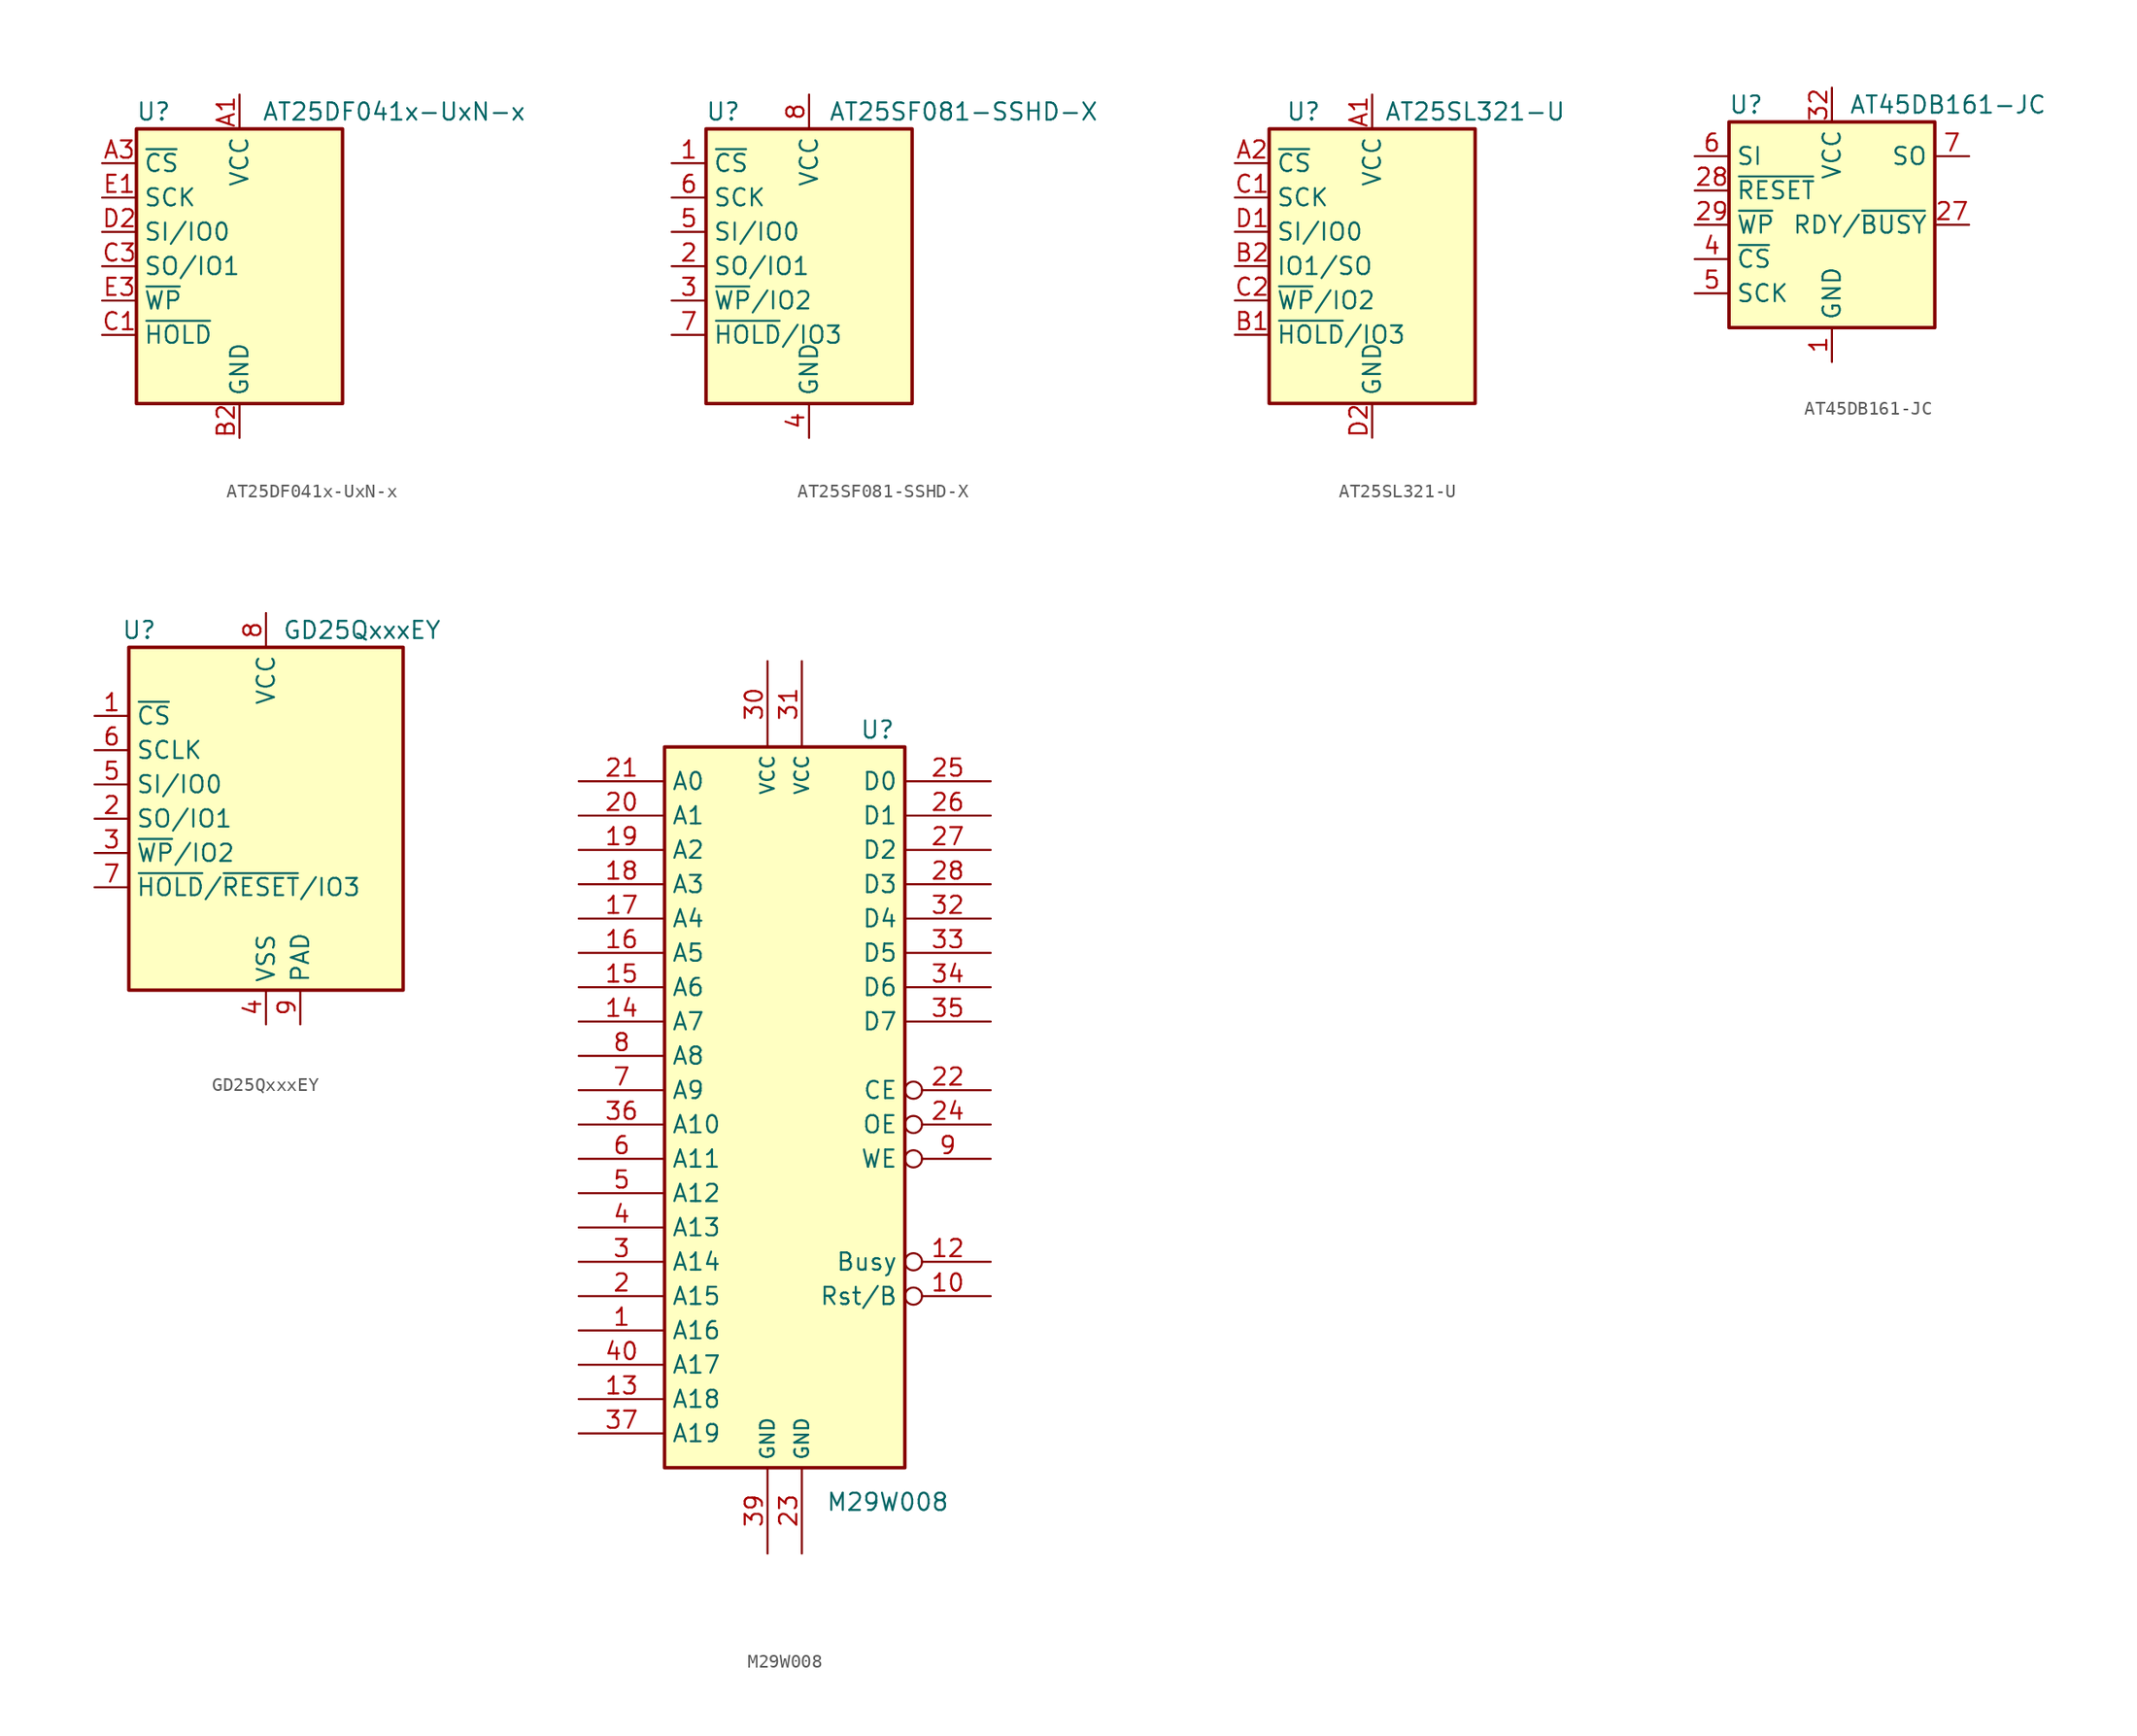
<source format=kicad_sym>
(kicad_symbol_lib
  (version 20241209)
  (generator "kicad_symbol_editor")
  (generator_version "9.0")
  (symbol "AT25DF041x-UxN-x"
    (property "Reference" "U"
      (at -6.35 11.43 0)
      (effects (font (size 1.27 1.27))))
    (property "Value" "AT25DF041x-UxN-x"
      (at 11.43 11.43 0)
      (effects (font (size 1.27 1.27))))
    (symbol "AT25DF041x-UxN-x_0_1"
      (rectangle (start -7.62 10.16) (end 7.62 -10.16) (stroke (width 0.254) (type default)) (fill (type background))))
    (symbol "AT25DF041x-UxN-x_1_1"
      (pin input line (at -10.16 7.62 0) (length 2.54) (name "~{CS}" (effects (font (size 1.27 1.27)))) (number "A3" (effects (font (size 1.27 1.27)))))
      (pin input line (at -10.16 5.08 0) (length 2.54) (name "SCK" (effects (font (size 1.27 1.27)))) (number "E1" (effects (font (size 1.27 1.27)))))
      (pin bidirectional line (at -10.16 2.54 0) (length 2.54) (name "SI/IO0" (effects (font (size 1.27 1.27)))) (number "D2" (effects (font (size 1.27 1.27)))))
      (pin bidirectional line (at -10.16 0 0) (length 2.54) (name "SO/IO1" (effects (font (size 1.27 1.27)))) (number "C3" (effects (font (size 1.27 1.27)))))
      (pin bidirectional line (at -10.16 -2.54 0) (length 2.54) (name "~{WP}" (effects (font (size 1.27 1.27)))) (number "E3" (effects (font (size 1.27 1.27)))))
      (pin bidirectional line (at -10.16 -5.08 0) (length 2.54) (name "~{HOLD}" (effects (font (size 1.27 1.27)))) (number "C1" (effects (font (size 1.27 1.27)))))
      (pin power_in line (at 0 12.7 270) (length 2.54) (name "VCC" (effects (font (size 1.27 1.27)))) (number "A1" (effects (font (size 1.27 1.27)))))
      (pin power_in line (at 0 -12.7 90) (length 2.54) (name "GND" (effects (font (size 1.27 1.27)))) (number "B2" (effects (font (size 1.27 1.27)))))))
  (symbol "AT25SF081-SSHD-X"
    (property "Reference" "U"
      (at -6.35 11.43 0)
      (effects (font (size 1.27 1.27))))
    (property "Value" "AT25SF081-SSHD-X"
      (at 11.43 11.43 0)
      (effects (font (size 1.27 1.27))))
    (symbol "AT25SF081-SSHD-X_0_1"
      (rectangle (start -7.62 10.16) (end 7.62 -10.16) (stroke (width 0.254) (type default)) (fill (type background))))
    (symbol "AT25SF081-SSHD-X_1_1"
      (pin input line (at -10.16 7.62 0) (length 2.54) (name "~{CS}" (effects (font (size 1.27 1.27)))) (number "1" (effects (font (size 1.27 1.27)))))
      (pin input line (at -10.16 5.08 0) (length 2.54) (name "SCK" (effects (font (size 1.27 1.27)))) (number "6" (effects (font (size 1.27 1.27)))))
      (pin bidirectional line (at -10.16 2.54 0) (length 2.54) (name "SI/IO0" (effects (font (size 1.27 1.27)))) (number "5" (effects (font (size 1.27 1.27)))))
      (pin bidirectional line (at -10.16 0 0) (length 2.54) (name "SO/IO1" (effects (font (size 1.27 1.27)))) (number "2" (effects (font (size 1.27 1.27)))))
      (pin bidirectional line (at -10.16 -2.54 0) (length 2.54) (name "~{WP}/IO2" (effects (font (size 1.27 1.27)))) (number "3" (effects (font (size 1.27 1.27)))))
      (pin bidirectional line (at -10.16 -5.08 0) (length 2.54) (name "~{HOLD}/IO3" (effects (font (size 1.27 1.27)))) (number "7" (effects (font (size 1.27 1.27)))))
      (pin power_in line (at 0 12.7 270) (length 2.54) (name "VCC" (effects (font (size 1.27 1.27)))) (number "8" (effects (font (size 1.27 1.27)))))
      (pin power_in line (at 0 -12.7 90) (length 2.54) (name "GND" (effects (font (size 1.27 1.27)))) (number "4" (effects (font (size 1.27 1.27)))))))
  (symbol "AT25SL321-U"
    (property "Reference" "U"
      (at -5.08 11.43 0)
      (effects (font (size 1.27 1.27))))
    (property "Value" "AT25SL321-U"
      (at 7.62 11.43 0)
      (effects (font (size 1.27 1.27))))
    (symbol "AT25SL321-U_0_1"
      (rectangle (start -7.62 10.16) (end 7.62 -10.16) (stroke (width 0.254) (type default)) (fill (type background))))
    (symbol "AT25SL321-U_1_1"
      (pin input line (at -10.16 7.62 0) (length 2.54) (name "~{CS}" (effects (font (size 1.27 1.27)))) (number "A2" (effects (font (size 1.27 1.27)))))
      (pin input line (at -10.16 5.08 0) (length 2.54) (name "SCK" (effects (font (size 1.27 1.27)))) (number "C1" (effects (font (size 1.27 1.27)))))
      (pin bidirectional line (at -10.16 2.54 0) (length 2.54) (name "SI/IO0" (effects (font (size 1.27 1.27)))) (number "D1" (effects (font (size 1.27 1.27)))))
      (pin bidirectional line (at -10.16 0 0) (length 2.54) (name "IO1/SO" (effects (font (size 1.27 1.27)))) (number "B2" (effects (font (size 1.27 1.27)))))
      (pin bidirectional line (at -10.16 -2.54 0) (length 2.54) (name "~{WP}/IO2" (effects (font (size 1.27 1.27)))) (number "C2" (effects (font (size 1.27 1.27)))))
      (pin bidirectional line (at -10.16 -5.08 0) (length 2.54) (name "~{HOLD}/IO3" (effects (font (size 1.27 1.27)))) (number "B1" (effects (font (size 1.27 1.27)))))
      (pin power_in line (at 0 12.7 270) (length 2.54) (name "VCC" (effects (font (size 1.27 1.27)))) (number "A1" (effects (font (size 1.27 1.27)))))
      (pin power_in line (at 0 -12.7 90) (length 2.54) (name "GND" (effects (font (size 1.27 1.27)))) (number "D2" (effects (font (size 1.27 1.27)))))))
  (symbol "AT45DB161-JC"
    (property "Reference" "U"
      (at -6.35 8.89 0)
      (effects (font (size 1.27 1.27))))
    (property "Value" "AT45DB161-JC"
      (at 1.27 8.89 0)
      (effects (font (size 1.27 1.27)) (justify left)))
    (symbol "AT45DB161-JC_0_1"
      (rectangle (start -7.62 7.62) (end 7.62 -7.62) (stroke (width 0.254) (type default)) (fill (type background))))
    (symbol "AT45DB161-JC_1_1"
      (pin input line (at -10.16 5.08 0) (length 2.54) (name "SI" (effects (font (size 1.27 1.27)))) (number "6" (effects (font (size 1.27 1.27)))))
      (pin input line (at -10.16 2.54 0) (length 2.54) (name "~{RESET}" (effects (font (size 1.27 1.27)))) (number "28" (effects (font (size 1.27 1.27)))))
      (pin input line (at -10.16 0 0) (length 2.54) (name "~{WP}" (effects (font (size 1.27 1.27)))) (number "29" (effects (font (size 1.27 1.27)))))
      (pin input line (at -10.16 -2.54 0) (length 2.54) (name "~{CS}" (effects (font (size 1.27 1.27)))) (number "4" (effects (font (size 1.27 1.27)))))
      (pin input line (at -10.16 -5.08 0) (length 2.54) (name "SCK" (effects (font (size 1.27 1.27)))) (number "5" (effects (font (size 1.27 1.27)))))
      (pin power_in line (at 0 10.16 270) (length 2.54) (name "VCC" (effects (font (size 1.27 1.27)))) (number "32" (effects (font (size 1.27 1.27)))))
      (pin power_in line (at 0 -10.16 90) (length 2.54) (name "GND" (effects (font (size 1.27 1.27)))) (number "1" (effects (font (size 1.27 1.27)))))
      (pin output line (at 10.16 5.08 180) (length 2.54) (name "SO" (effects (font (size 1.27 1.27)))) (number "7" (effects (font (size 1.27 1.27)))))
      (pin output line (at 10.16 0 180) (length 2.54) (name "RDY/~{BUSY}" (effects (font (size 1.27 1.27)))) (number "27" (effects (font (size 1.27 1.27)))))))
  (symbol "GD25QxxxEY"
    (property "Reference" "U"
      (at -9.398 13.97 0)
      (effects (font (size 1.27 1.27))))
    (property "Value" "GD25QxxxEY"
      (at 7.112 13.97 0)
      (effects (font (size 1.27 1.27))))
    (symbol "GD25QxxxEY_0_1"
      (rectangle (start -10.16 12.7) (end 10.16 -12.7) (stroke (width 0.254) (type default)) (fill (type background))))
    (symbol "GD25QxxxEY_1_1"
      (pin input line (at -12.7 7.62 0) (length 2.54) (name "~{CS}" (effects (font (size 1.27 1.27)))) (number "1" (effects (font (size 1.27 1.27)))))
      (pin input line (at -12.7 5.08 0) (length 2.54) (name "SCLK" (effects (font (size 1.27 1.27)))) (number "6" (effects (font (size 1.27 1.27)))))
      (pin bidirectional line (at -12.7 2.54 0) (length 2.54) (name "SI/IO0" (effects (font (size 1.27 1.27)))) (number "5" (effects (font (size 1.27 1.27)))))
      (pin bidirectional line (at -12.7 0 0) (length 2.54) (name "SO/IO1" (effects (font (size 1.27 1.27)))) (number "2" (effects (font (size 1.27 1.27)))))
      (pin bidirectional line (at -12.7 -2.54 0) (length 2.54) (name "~{WP}/IO2" (effects (font (size 1.27 1.27)))) (number "3" (effects (font (size 1.27 1.27)))))
      (pin bidirectional line (at -12.7 -5.08 0) (length 2.54) (name "~{HOLD}/~{RESET}/IO3" (effects (font (size 1.27 1.27)))) (number "7" (effects (font (size 1.27 1.27)))))
      (pin power_in line (at 0 15.24 270) (length 2.54) (name "VCC" (effects (font (size 1.27 1.27)))) (number "8" (effects (font (size 1.27 1.27)))))
      (pin power_in line (at 0 -15.24 90) (length 2.54) (name "VSS" (effects (font (size 1.27 1.27)))) (number "4" (effects (font (size 1.27 1.27)))))
      (pin passive line (at 2.54 -15.24 90) (length 2.54) (name "PAD" (effects (font (size 1.27 1.27)))) (number "9" (effects (font (size 1.27 1.27)))))))
  (symbol "M29W008"
    (property "Reference" "U"
      (at 6.858 27.94 0)
      (effects (font (size 1.27 1.27))))
    (property "Value" "M29W008"
      (at 7.62 -29.21 0)
      (effects (font (size 1.27 1.27))))
    (symbol "M29W008_0_1"
      (rectangle (start -8.89 26.67) (end 8.89 -26.67) (stroke (width 0.254) (type default)) (fill (type background))))
    (symbol "M29W008_1_1"
      (pin input line (at -15.24 24.13 0) (length 6.35) (name "A0" (effects (font (size 1.27 1.27)))) (number "21" (effects (font (size 1.27 1.27)))))
      (pin input line (at -15.24 21.59 0) (length 6.35) (name "A1" (effects (font (size 1.27 1.27)))) (number "20" (effects (font (size 1.27 1.27)))))
      (pin input line (at -15.24 19.05 0) (length 6.35) (name "A2" (effects (font (size 1.27 1.27)))) (number "19" (effects (font (size 1.27 1.27)))))
      (pin input line (at -15.24 16.51 0) (length 6.35) (name "A3" (effects (font (size 1.27 1.27)))) (number "18" (effects (font (size 1.27 1.27)))))
      (pin input line (at -15.24 13.97 0) (length 6.35) (name "A4" (effects (font (size 1.27 1.27)))) (number "17" (effects (font (size 1.27 1.27)))))
      (pin input line (at -15.24 11.43 0) (length 6.35) (name "A5" (effects (font (size 1.27 1.27)))) (number "16" (effects (font (size 1.27 1.27)))))
      (pin input line (at -15.24 8.89 0) (length 6.35) (name "A6" (effects (font (size 1.27 1.27)))) (number "15" (effects (font (size 1.27 1.27)))))
      (pin input line (at -15.24 6.35 0) (length 6.35) (name "A7" (effects (font (size 1.27 1.27)))) (number "14" (effects (font (size 1.27 1.27)))))
      (pin input line (at -15.24 3.81 0) (length 6.35) (name "A8" (effects (font (size 1.27 1.27)))) (number "8" (effects (font (size 1.27 1.27)))))
      (pin input line (at -15.24 1.27 0) (length 6.35) (name "A9" (effects (font (size 1.27 1.27)))) (number "7" (effects (font (size 1.27 1.27)))))
      (pin input line (at -15.24 -1.27 0) (length 6.35) (name "A10" (effects (font (size 1.27 1.27)))) (number "36" (effects (font (size 1.27 1.27)))))
      (pin input line (at -15.24 -3.81 0) (length 6.35) (name "A11" (effects (font (size 1.27 1.27)))) (number "6" (effects (font (size 1.27 1.27)))))
      (pin input line (at -15.24 -6.35 0) (length 6.35) (name "A12" (effects (font (size 1.27 1.27)))) (number "5" (effects (font (size 1.27 1.27)))))
      (pin input line (at -15.24 -8.89 0) (length 6.35) (name "A13" (effects (font (size 1.27 1.27)))) (number "4" (effects (font (size 1.27 1.27)))))
      (pin input line (at -15.24 -11.43 0) (length 6.35) (name "A14" (effects (font (size 1.27 1.27)))) (number "3" (effects (font (size 1.27 1.27)))))
      (pin input line (at -15.24 -13.97 0) (length 6.35) (name "A15" (effects (font (size 1.27 1.27)))) (number "2" (effects (font (size 1.27 1.27)))))
      (pin input line (at -15.24 -16.51 0) (length 6.35) (name "A16" (effects (font (size 1.27 1.27)))) (number "1" (effects (font (size 1.27 1.27)))))
      (pin input line (at -15.24 -19.05 0) (length 6.35) (name "A17" (effects (font (size 1.27 1.27)))) (number "40" (effects (font (size 1.27 1.27)))))
      (pin input line (at -15.24 -21.59 0) (length 6.35) (name "A18" (effects (font (size 1.27 1.27)))) (number "13" (effects (font (size 1.27 1.27)))))
      (pin input line (at -15.24 -24.13 0) (length 6.35) (name "A19" (effects (font (size 1.27 1.27)))) (number "37" (effects (font (size 1.27 1.27)))))
      (pin power_in line (at -1.27 33.02 270) (length 6.35) (name "VCC" (effects (font (size 1.016 1.016)))) (number "30" (effects (font (size 1.27 1.27)))))
      (pin power_in line (at -1.27 -33.02 90) (length 6.35) (name "GND" (effects (font (size 1.016 1.016)))) (number "39" (effects (font (size 1.27 1.27)))))
      (pin power_in line (at 1.27 33.02 270) (length 6.35) (name "VCC" (effects (font (size 1.016 1.016)))) (number "31" (effects (font (size 1.27 1.27)))))
      (pin power_in line (at 1.27 -33.02 90) (length 6.35) (name "GND" (effects (font (size 1.016 1.016)))) (number "23" (effects (font (size 1.27 1.27)))))
      (pin tri_state line (at 15.24 24.13 180) (length 6.35) (name "D0" (effects (font (size 1.27 1.27)))) (number "25" (effects (font (size 1.27 1.27)))))
      (pin tri_state line (at 15.24 21.59 180) (length 6.35) (name "D1" (effects (font (size 1.27 1.27)))) (number "26" (effects (font (size 1.27 1.27)))))
      (pin tri_state line (at 15.24 19.05 180) (length 6.35) (name "D2" (effects (font (size 1.27 1.27)))) (number "27" (effects (font (size 1.27 1.27)))))
      (pin tri_state line (at 15.24 16.51 180) (length 6.35) (name "D3" (effects (font (size 1.27 1.27)))) (number "28" (effects (font (size 1.27 1.27)))))
      (pin tri_state line (at 15.24 13.97 180) (length 6.35) (name "D4" (effects (font (size 1.27 1.27)))) (number "32" (effects (font (size 1.27 1.27)))))
      (pin tri_state line (at 15.24 11.43 180) (length 6.35) (name "D5" (effects (font (size 1.27 1.27)))) (number "33" (effects (font (size 1.27 1.27)))))
      (pin tri_state line (at 15.24 8.89 180) (length 6.35) (name "D6" (effects (font (size 1.27 1.27)))) (number "34" (effects (font (size 1.27 1.27)))))
      (pin tri_state line (at 15.24 6.35 180) (length 6.35) (name "D7" (effects (font (size 1.27 1.27)))) (number "35" (effects (font (size 1.27 1.27)))))
      (pin input inverted (at 15.24 1.27 180) (length 6.35) (name "CE" (effects (font (size 1.27 1.27)))) (number "22" (effects (font (size 1.27 1.27)))))
      (pin input inverted (at 15.24 -1.27 180) (length 6.35) (name "OE" (effects (font (size 1.27 1.27)))) (number "24" (effects (font (size 1.27 1.27)))))
      (pin input inverted (at 15.24 -3.81 180) (length 6.35) (name "WE" (effects (font (size 1.27 1.27)))) (number "9" (effects (font (size 1.27 1.27)))))
      (pin output inverted (at 15.24 -11.43 180) (length 6.35) (name "Busy" (effects (font (size 1.27 1.27)))) (number "12" (effects (font (size 1.27 1.27)))))
      (pin input inverted (at 15.24 -13.97 180) (length 6.35) (name "Rst/B" (effects (font (size 1.27 1.27)))) (number "10" (effects (font (size 1.27 1.27))))))))
</source>
